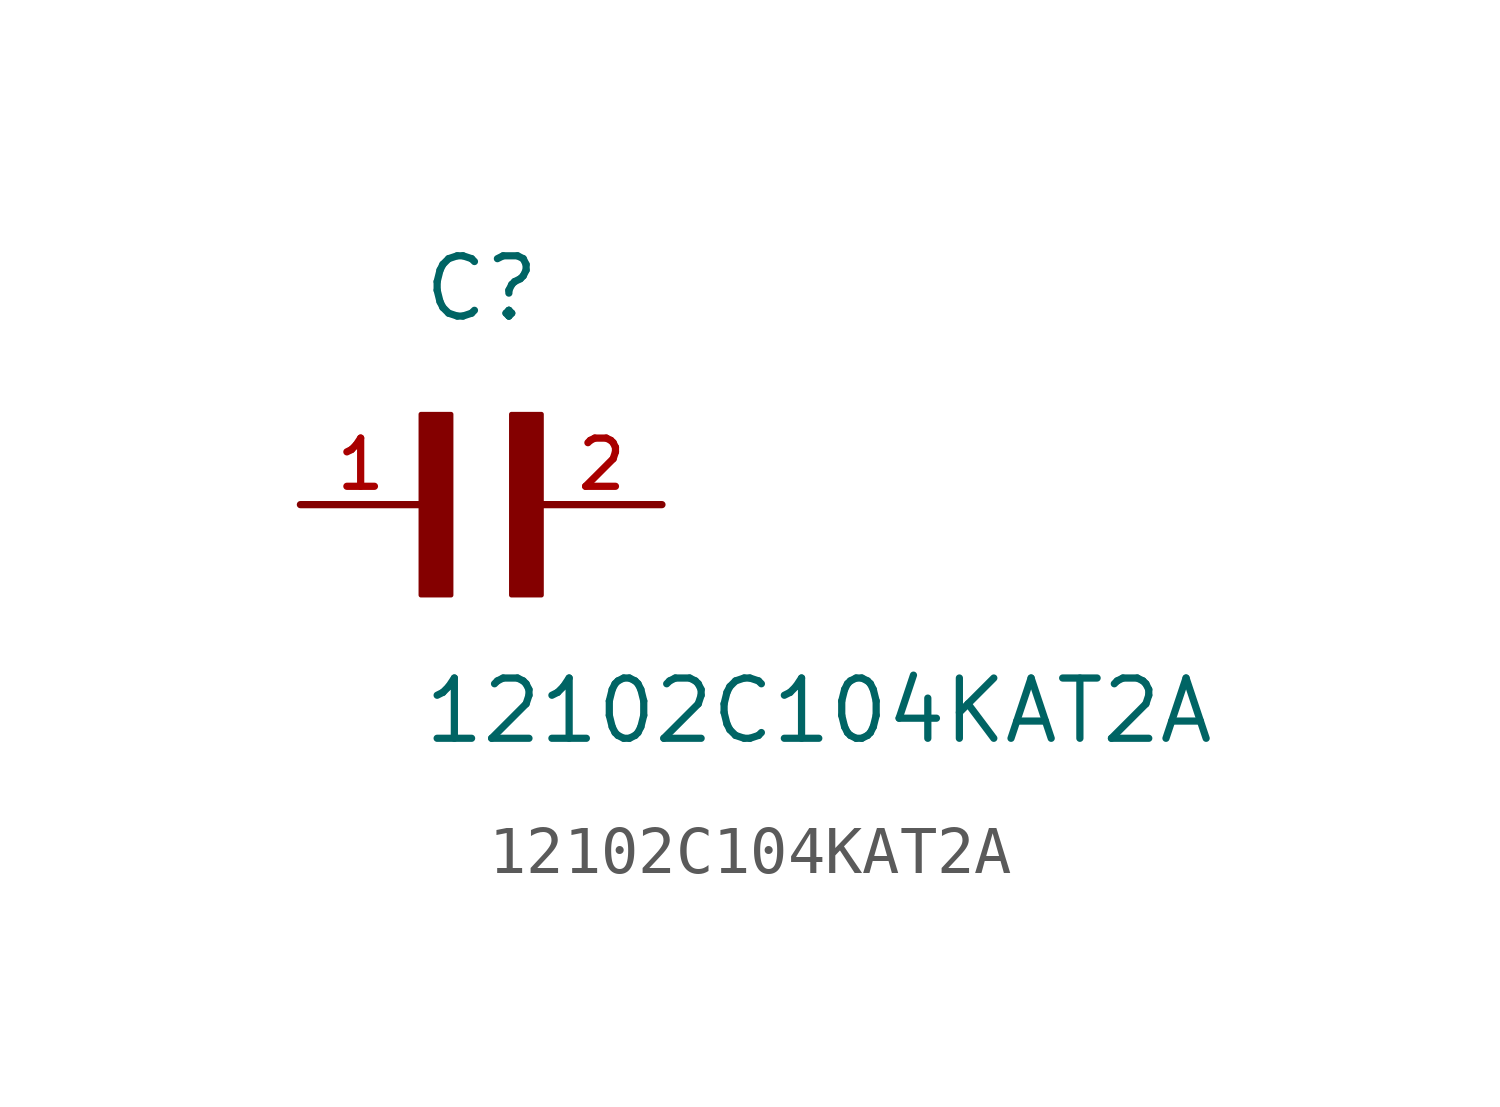
<source format=kicad_sym>
(kicad_symbol_lib
  (version 20211014)
  (generator kicad_symbol_editor)
  (symbol "12102C104KAT2A"
    (pin_names
      (offset 1.016))
    (property "Reference" "C"
      (at 0 3.811 0)
      (effects (font (size 1.27 1.27)) (justify left bottom)))
    (property "Value" "12102C104KAT2A"
      (at 0 -5.088 0)
      (effects (font (size 1.27 1.27)) (justify left bottom)))
    (symbol "12102C104KAT2A_0_0"
      (rectangle (start 0 -1.907) (end 0.635 1.905) (stroke (width 0.1) (type default) (color 0 0 0 0)) (fill (type outline)))
      (rectangle (start 1.907 -1.907) (end 2.54 1.905) (stroke (width 0.1) (type default) (color 0 0 0 0)) (fill (type outline)))
      (pin passive line (at -2.54 0 0) (length 2.54) (name "~" (effects (font (size 1.016 1.016)))) (number "1" (effects (font (size 1.016 1.016)))))
      (pin passive line (at 5.08 0 180) (length 2.54) (name "~" (effects (font (size 1.016 1.016)))) (number "2" (effects (font (size 1.016 1.016))))))))
</source>
